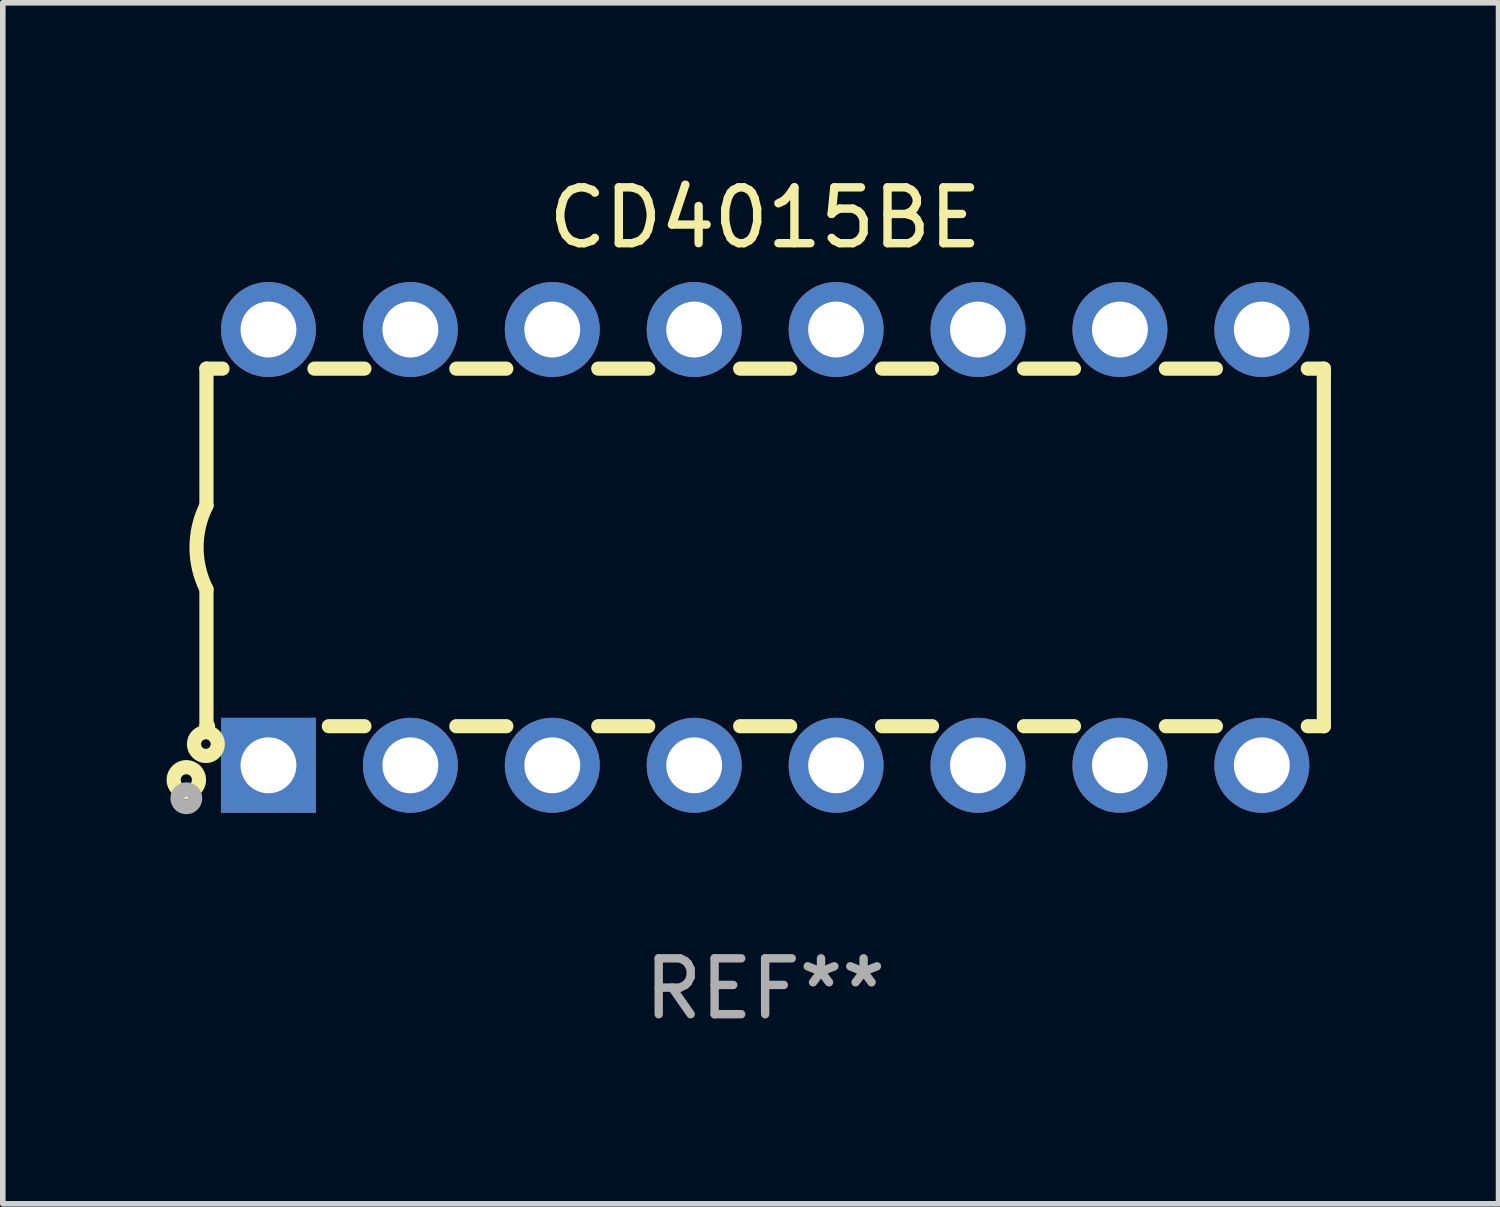
<source format=kicad_pcb>
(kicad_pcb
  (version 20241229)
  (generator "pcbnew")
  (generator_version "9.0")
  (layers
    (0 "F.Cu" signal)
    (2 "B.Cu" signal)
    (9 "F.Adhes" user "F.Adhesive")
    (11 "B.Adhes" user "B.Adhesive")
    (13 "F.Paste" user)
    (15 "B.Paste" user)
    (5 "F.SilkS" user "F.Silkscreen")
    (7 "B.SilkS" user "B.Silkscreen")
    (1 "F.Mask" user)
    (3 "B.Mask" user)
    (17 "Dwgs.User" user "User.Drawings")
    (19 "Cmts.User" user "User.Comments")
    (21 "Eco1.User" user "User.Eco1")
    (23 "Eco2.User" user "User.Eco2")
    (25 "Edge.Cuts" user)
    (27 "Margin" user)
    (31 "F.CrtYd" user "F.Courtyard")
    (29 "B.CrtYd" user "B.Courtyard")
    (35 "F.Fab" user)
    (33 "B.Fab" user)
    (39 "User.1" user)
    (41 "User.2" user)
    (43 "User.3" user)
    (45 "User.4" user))
  (footprint "CD4015BE"
    (layer "F.Cu")
    (at 10.645 6.748)
    (property "Reference" "CD4015BE" (at 0 -5.9 0) (layer "F.SilkS") (effects (font (size 1 1) (thickness 0.15))))
    (attr through_hole)
    (fp_line (start -10 -3.2) (end -10 -0.75) (stroke (width 0.254) (type solid)) (layer "F.SilkS"))
    (fp_line (start -10 -3.2) (end -9.713 -3.2) (stroke (width 0.254) (type solid)) (layer "F.SilkS"))
    (fp_line (start -10 3.2) (end -10 0.75) (stroke (width 0.254) (type solid)) (layer "F.SilkS"))
    (fp_line (start -10 3.2) (end -9.971 3.2) (stroke (width 0.254) (type solid)) (layer "F.SilkS"))
    (fp_line (start -8.067 -3.2) (end -7.173 -3.2) (stroke (width 0.254) (type solid)) (layer "F.SilkS"))
    (fp_line (start -7.809 3.2) (end -7.173 3.2) (stroke (width 0.254) (type solid)) (layer "F.SilkS"))
    (fp_line (start -5.527 3.2) (end -4.633 3.2) (stroke (width 0.254) (type solid)) (layer "F.SilkS"))
    (fp_line (start -5.527 -3.2) (end -4.633 -3.2) (stroke (width 0.254) (type solid)) (layer "F.SilkS"))
    (fp_line (start -2.987 3.2) (end -2.093 3.2) (stroke (width 0.254) (type solid)) (layer "F.SilkS"))
    (fp_line (start -2.987 -3.2) (end -2.093 -3.2) (stroke (width 0.254) (type solid)) (layer "F.SilkS"))
    (fp_line (start -0.447 3.2) (end 0.447 3.2) (stroke (width 0.254) (type solid)) (layer "F.SilkS"))
    (fp_line (start -0.447 -3.2) (end 0.447 -3.2) (stroke (width 0.254) (type solid)) (layer "F.SilkS"))
    (fp_line (start 2.093 3.2) (end 2.987 3.2) (stroke (width 0.254) (type solid)) (layer "F.SilkS"))
    (fp_line (start 2.093 -3.2) (end 2.987 -3.2) (stroke (width 0.254) (type solid)) (layer "F.SilkS"))
    (fp_line (start 4.633 3.2) (end 5.527 3.2) (stroke (width 0.254) (type solid)) (layer "F.SilkS"))
    (fp_line (start 4.633 -3.2) (end 5.527 -3.2) (stroke (width 0.254) (type solid)) (layer "F.SilkS"))
    (fp_line (start 7.173 3.2) (end 8.067 3.2) (stroke (width 0.254) (type solid)) (layer "F.SilkS"))
    (fp_line (start 7.173 -3.2) (end 8.067 -3.2) (stroke (width 0.254) (type solid)) (layer "F.SilkS"))
    (fp_line (start 9.713 3.2) (end 10 3.2) (stroke (width 0.254) (type solid)) (layer "F.SilkS"))
    (fp_line (start 9.713 -3.2) (end 10 -3.2) (stroke (width 0.254) (type solid)) (layer "F.SilkS"))
    (fp_line (start 10 -3.2) (end 10 3.2) (stroke (width 0.254) (type solid)) (layer "F.SilkS"))
    (fp_arc (start -10 0.748793) (mid -10.176918 -0.000607) (end -10.000025 -0.750013) (stroke (width 0.254001) (type solid)) (layer "F.SilkS"))
    (fp_circle (center -10.36 4.16) (end -10.26 4.16) (stroke (width 0.254) (type solid)) (fill no) (layer "F.SilkS"))
    (fp_circle (center -10.01 3.52) (end -9.924 3.52) (stroke (width 0.254) (type solid)) (fill no) (layer "F.SilkS"))
    (fp_circle (center -10.36 4.49) (end -10.202 4.49) (stroke (width 0.254) (type solid)) (fill no) (layer "F.Fab"))
    (fp_text user "REF**" (at 0 7.9 0) (layer "F.Fab") (effects (font (size 1 1) (thickness 0.15))))
    (pad "1" thru_hole rect (at -8.89 3.9 90) (size 1.7 1.7) (drill 1) (layers "*.Cu" "*.Mask"))
    (pad "2" thru_hole circle (at -6.35 3.9) (size 1.7 1.7) (drill 1) (layers "*.Cu" "*.Mask"))
    (pad "3" thru_hole circle (at -3.81 3.9) (size 1.7 1.7) (drill 1) (layers "*.Cu" "*.Mask"))
    (pad "4" thru_hole circle (at -1.27 3.9) (size 1.7 1.7) (drill 1) (layers "*.Cu" "*.Mask"))
    (pad "5" thru_hole circle (at 1.27 3.9) (size 1.7 1.7) (drill 1) (layers "*.Cu" "*.Mask"))
    (pad "6" thru_hole circle (at 3.81 3.9) (size 1.7 1.7) (drill 1) (layers "*.Cu" "*.Mask"))
    (pad "7" thru_hole circle (at 6.35 3.9) (size 1.7 1.7) (drill 1) (layers "*.Cu" "*.Mask"))
    (pad "8" thru_hole circle (at 8.89 3.9) (size 1.7 1.7) (drill 1) (layers "*.Cu" "*.Mask"))
    (pad "9" thru_hole circle (at 8.89 -3.9) (size 1.7 1.7) (drill 1) (layers "*.Cu" "*.Mask"))
    (pad "10" thru_hole circle (at 6.35 -3.9) (size 1.7 1.7) (drill 1) (layers "*.Cu" "*.Mask"))
    (pad "11" thru_hole circle (at 3.81 -3.9) (size 1.7 1.7) (drill 1) (layers "*.Cu" "*.Mask"))
    (pad "12" thru_hole circle (at 1.27 -3.9) (size 1.7 1.7) (drill 1) (layers "*.Cu" "*.Mask"))
    (pad "13" thru_hole circle (at -1.27 -3.9) (size 1.7 1.7) (drill 1) (layers "*.Cu" "*.Mask"))
    (pad "14" thru_hole circle (at -3.81 -3.9) (size 1.7 1.7) (drill 1) (layers "*.Cu" "*.Mask"))
    (pad "15" thru_hole circle (at -6.35 -3.9) (size 1.7 1.7) (drill 1) (layers "*.Cu" "*.Mask"))
    (pad "16" thru_hole circle (at -8.89 -3.9) (size 1.7 1.7) (drill 1) (layers "*.Cu" "*.Mask")))
  (gr_rect
    (start -3 -3)
    (end 23.772 18.496)
    (stroke (width 0.1) (type default))
    (fill no)
    (layer "Edge.Cuts")))
</source>
